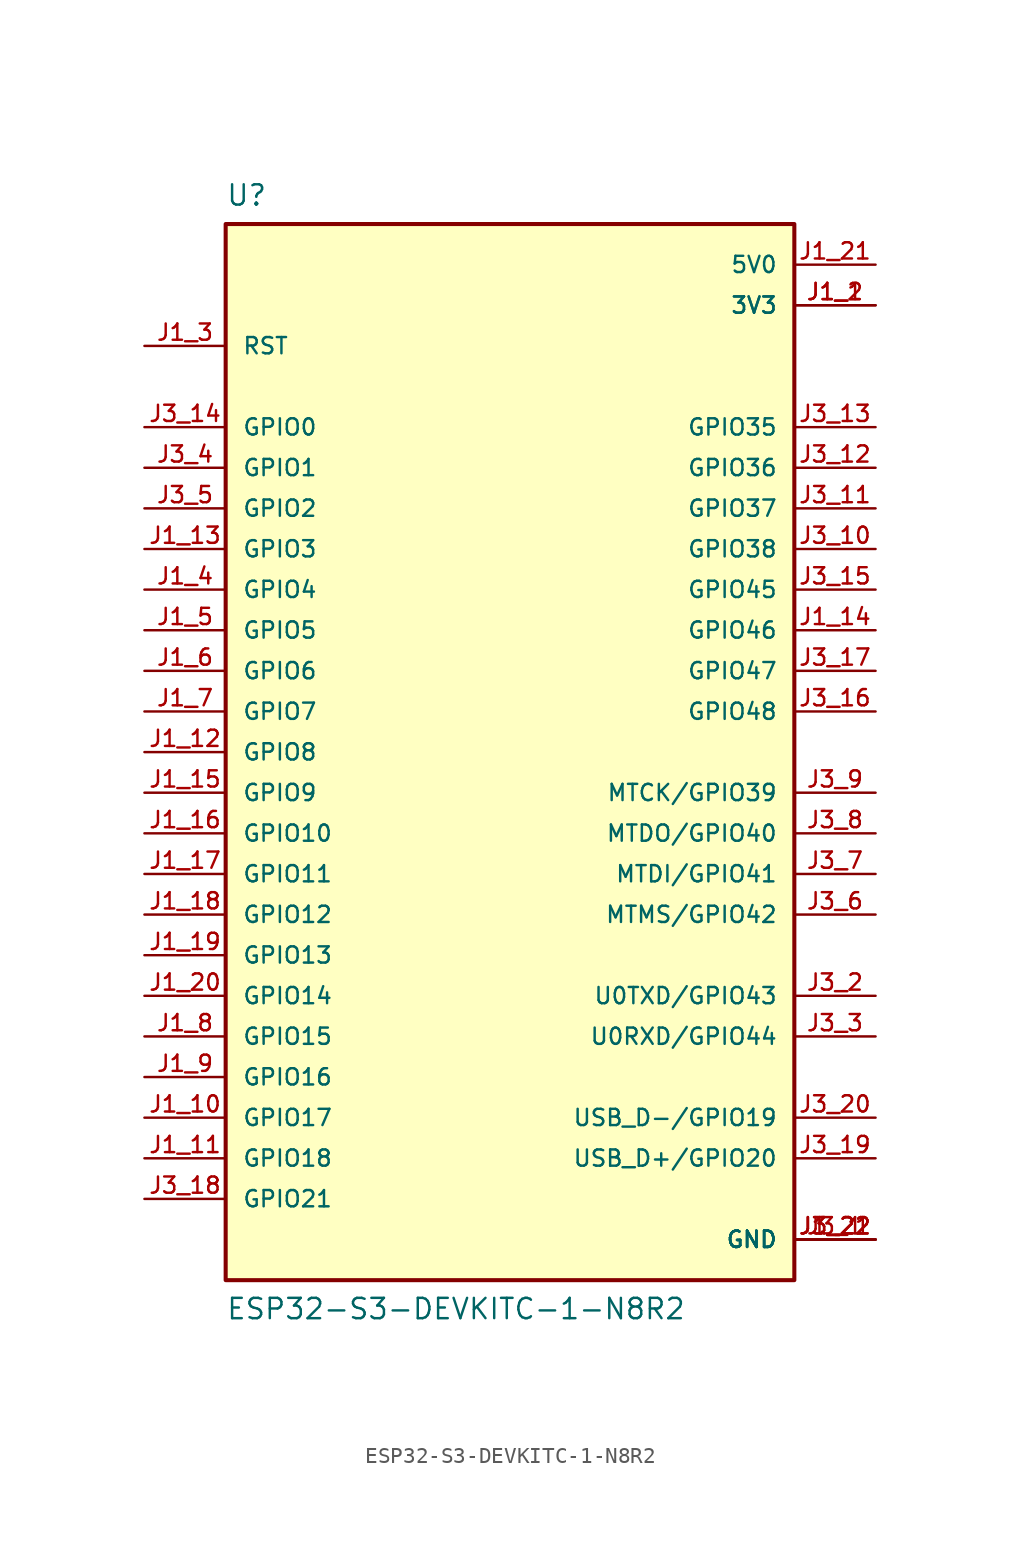
<source format=kicad_sym>
(kicad_symbol_lib
  (version 20220914)
  (generator kicad_symbol_editor)
  (symbol "ESP32-S3-DEVKITC-1-N8R2"
    (pin_names
      (offset 1.016))
    (property "Reference" "U"
      (at -17.78 35.56 0)
      (effects (font (size 1.27 1.27)) (justify left top)))
    (property "Value" "ESP32-S3-DEVKITC-1-N8R2"
      (at -17.78 -35.56 0)
      (effects (font (size 1.27 1.27)) (justify left bottom)))
    (symbol "ESP32-S3-DEVKITC-1-N8R2_0_0"
      (rectangle (start -17.78 -33.02) (end 17.78 33.02) (stroke (width 0.254) (type default)) (fill (type background)))
      (pin power_in line (at 22.86 27.94 180) (length 5.08) (name "3V3" (effects (font (size 1.016 1.016)))) (number "J1_1" (effects (font (size 1.016 1.016)))))
      (pin bidirectional line (at -22.86 -22.86 0) (length 5.08) (name "GPIO17" (effects (font (size 1.016 1.016)))) (number "J1_10" (effects (font (size 1.016 1.016)))))
      (pin bidirectional line (at -22.86 -25.4 0) (length 5.08) (name "GPIO18" (effects (font (size 1.016 1.016)))) (number "J1_11" (effects (font (size 1.016 1.016)))))
      (pin bidirectional line (at -22.86 0 0) (length 5.08) (name "GPIO8" (effects (font (size 1.016 1.016)))) (number "J1_12" (effects (font (size 1.016 1.016)))))
      (pin bidirectional line (at -22.86 12.7 0) (length 5.08) (name "GPIO3" (effects (font (size 1.016 1.016)))) (number "J1_13" (effects (font (size 1.016 1.016)))))
      (pin bidirectional line (at 22.86 7.62 180) (length 5.08) (name "GPIO46" (effects (font (size 1.016 1.016)))) (number "J1_14" (effects (font (size 1.016 1.016)))))
      (pin bidirectional line (at -22.86 -2.54 0) (length 5.08) (name "GPIO9" (effects (font (size 1.016 1.016)))) (number "J1_15" (effects (font (size 1.016 1.016)))))
      (pin bidirectional line (at -22.86 -5.08 0) (length 5.08) (name "GPIO10" (effects (font (size 1.016 1.016)))) (number "J1_16" (effects (font (size 1.016 1.016)))))
      (pin bidirectional line (at -22.86 -7.62 0) (length 5.08) (name "GPIO11" (effects (font (size 1.016 1.016)))) (number "J1_17" (effects (font (size 1.016 1.016)))))
      (pin bidirectional line (at -22.86 -10.16 0) (length 5.08) (name "GPIO12" (effects (font (size 1.016 1.016)))) (number "J1_18" (effects (font (size 1.016 1.016)))))
      (pin bidirectional line (at -22.86 -12.7 0) (length 5.08) (name "GPIO13" (effects (font (size 1.016 1.016)))) (number "J1_19" (effects (font (size 1.016 1.016)))))
      (pin power_in line (at 22.86 27.94 180) (length 5.08) (name "3V3" (effects (font (size 1.016 1.016)))) (number "J1_2" (effects (font (size 1.016 1.016)))))
      (pin bidirectional line (at -22.86 -15.24 0) (length 5.08) (name "GPIO14" (effects (font (size 1.016 1.016)))) (number "J1_20" (effects (font (size 1.016 1.016)))))
      (pin power_in line (at 22.86 30.48 180) (length 5.08) (name "5V0" (effects (font (size 1.016 1.016)))) (number "J1_21" (effects (font (size 1.016 1.016)))))
      (pin power_in line (at 22.86 -30.48 180) (length 5.08) (name "GND" (effects (font (size 1.016 1.016)))) (number "J1_22" (effects (font (size 1.016 1.016)))))
      (pin input line (at -22.86 25.4 0) (length 5.08) (name "RST" (effects (font (size 1.016 1.016)))) (number "J1_3" (effects (font (size 1.016 1.016)))))
      (pin bidirectional line (at -22.86 10.16 0) (length 5.08) (name "GPIO4" (effects (font (size 1.016 1.016)))) (number "J1_4" (effects (font (size 1.016 1.016)))))
      (pin bidirectional line (at -22.86 7.62 0) (length 5.08) (name "GPIO5" (effects (font (size 1.016 1.016)))) (number "J1_5" (effects (font (size 1.016 1.016)))))
      (pin bidirectional line (at -22.86 5.08 0) (length 5.08) (name "GPIO6" (effects (font (size 1.016 1.016)))) (number "J1_6" (effects (font (size 1.016 1.016)))))
      (pin bidirectional line (at -22.86 2.54 0) (length 5.08) (name "GPIO7" (effects (font (size 1.016 1.016)))) (number "J1_7" (effects (font (size 1.016 1.016)))))
      (pin bidirectional line (at -22.86 -17.78 0) (length 5.08) (name "GPIO15" (effects (font (size 1.016 1.016)))) (number "J1_8" (effects (font (size 1.016 1.016)))))
      (pin bidirectional line (at -22.86 -20.32 0) (length 5.08) (name "GPIO16" (effects (font (size 1.016 1.016)))) (number "J1_9" (effects (font (size 1.016 1.016)))))
      (pin power_in line (at 22.86 -30.48 180) (length 5.08) (name "GND" (effects (font (size 1.016 1.016)))) (number "J3_1" (effects (font (size 1.016 1.016)))))
      (pin bidirectional line (at 22.86 12.7 180) (length 5.08) (name "GPIO38" (effects (font (size 1.016 1.016)))) (number "J3_10" (effects (font (size 1.016 1.016)))))
      (pin bidirectional line (at 22.86 15.24 180) (length 5.08) (name "GPIO37" (effects (font (size 1.016 1.016)))) (number "J3_11" (effects (font (size 1.016 1.016)))))
      (pin bidirectional line (at 22.86 17.78 180) (length 5.08) (name "GPIO36" (effects (font (size 1.016 1.016)))) (number "J3_12" (effects (font (size 1.016 1.016)))))
      (pin bidirectional line (at 22.86 20.32 180) (length 5.08) (name "GPIO35" (effects (font (size 1.016 1.016)))) (number "J3_13" (effects (font (size 1.016 1.016)))))
      (pin bidirectional line (at -22.86 20.32 0) (length 5.08) (name "GPIO0" (effects (font (size 1.016 1.016)))) (number "J3_14" (effects (font (size 1.016 1.016)))))
      (pin bidirectional line (at 22.86 10.16 180) (length 5.08) (name "GPIO45" (effects (font (size 1.016 1.016)))) (number "J3_15" (effects (font (size 1.016 1.016)))))
      (pin bidirectional line (at 22.86 2.54 180) (length 5.08) (name "GPIO48" (effects (font (size 1.016 1.016)))) (number "J3_16" (effects (font (size 1.016 1.016)))))
      (pin bidirectional line (at 22.86 5.08 180) (length 5.08) (name "GPIO47" (effects (font (size 1.016 1.016)))) (number "J3_17" (effects (font (size 1.016 1.016)))))
      (pin bidirectional line (at -22.86 -27.94 0) (length 5.08) (name "GPIO21" (effects (font (size 1.016 1.016)))) (number "J3_18" (effects (font (size 1.016 1.016)))))
      (pin bidirectional line (at 22.86 -25.4 180) (length 5.08) (name "USB_D+/GPIO20" (effects (font (size 1.016 1.016)))) (number "J3_19" (effects (font (size 1.016 1.016)))))
      (pin bidirectional line (at 22.86 -15.24 180) (length 5.08) (name "U0TXD/GPIO43" (effects (font (size 1.016 1.016)))) (number "J3_2" (effects (font (size 1.016 1.016)))))
      (pin bidirectional line (at 22.86 -22.86 180) (length 5.08) (name "USB_D-/GPIO19" (effects (font (size 1.016 1.016)))) (number "J3_20" (effects (font (size 1.016 1.016)))))
      (pin power_in line (at 22.86 -30.48 180) (length 5.08) (name "GND" (effects (font (size 1.016 1.016)))) (number "J3_21" (effects (font (size 1.016 1.016)))))
      (pin power_in line (at 22.86 -30.48 180) (length 5.08) (name "GND" (effects (font (size 1.016 1.016)))) (number "J3_22" (effects (font (size 1.016 1.016)))))
      (pin bidirectional line (at 22.86 -17.78 180) (length 5.08) (name "U0RXD/GPIO44" (effects (font (size 1.016 1.016)))) (number "J3_3" (effects (font (size 1.016 1.016)))))
      (pin bidirectional line (at -22.86 17.78 0) (length 5.08) (name "GPIO1" (effects (font (size 1.016 1.016)))) (number "J3_4" (effects (font (size 1.016 1.016)))))
      (pin bidirectional line (at -22.86 15.24 0) (length 5.08) (name "GPIO2" (effects (font (size 1.016 1.016)))) (number "J3_5" (effects (font (size 1.016 1.016)))))
      (pin bidirectional line (at 22.86 -10.16 180) (length 5.08) (name "MTMS/GPIO42" (effects (font (size 1.016 1.016)))) (number "J3_6" (effects (font (size 1.016 1.016)))))
      (pin bidirectional line (at 22.86 -7.62 180) (length 5.08) (name "MTDI/GPIO41" (effects (font (size 1.016 1.016)))) (number "J3_7" (effects (font (size 1.016 1.016)))))
      (pin bidirectional line (at 22.86 -5.08 180) (length 5.08) (name "MTDO/GPIO40" (effects (font (size 1.016 1.016)))) (number "J3_8" (effects (font (size 1.016 1.016)))))
      (pin bidirectional line (at 22.86 -2.54 180) (length 5.08) (name "MTCK/GPIO39" (effects (font (size 1.016 1.016)))) (number "J3_9" (effects (font (size 1.016 1.016))))))))
</source>
